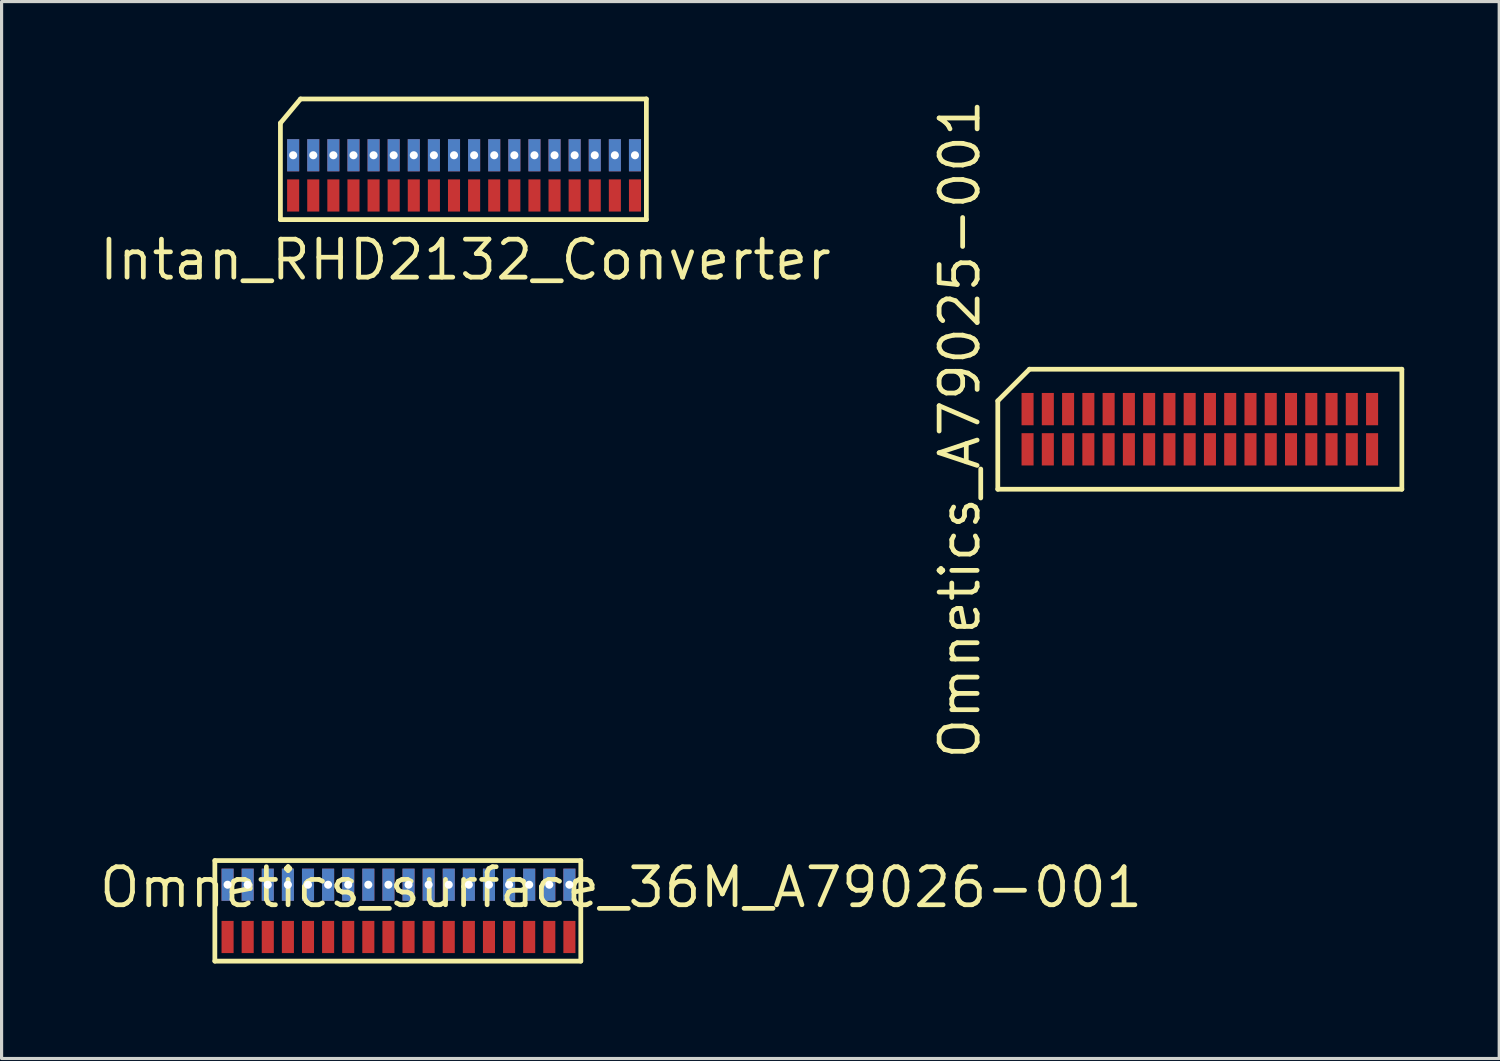
<source format=kicad_pcb>
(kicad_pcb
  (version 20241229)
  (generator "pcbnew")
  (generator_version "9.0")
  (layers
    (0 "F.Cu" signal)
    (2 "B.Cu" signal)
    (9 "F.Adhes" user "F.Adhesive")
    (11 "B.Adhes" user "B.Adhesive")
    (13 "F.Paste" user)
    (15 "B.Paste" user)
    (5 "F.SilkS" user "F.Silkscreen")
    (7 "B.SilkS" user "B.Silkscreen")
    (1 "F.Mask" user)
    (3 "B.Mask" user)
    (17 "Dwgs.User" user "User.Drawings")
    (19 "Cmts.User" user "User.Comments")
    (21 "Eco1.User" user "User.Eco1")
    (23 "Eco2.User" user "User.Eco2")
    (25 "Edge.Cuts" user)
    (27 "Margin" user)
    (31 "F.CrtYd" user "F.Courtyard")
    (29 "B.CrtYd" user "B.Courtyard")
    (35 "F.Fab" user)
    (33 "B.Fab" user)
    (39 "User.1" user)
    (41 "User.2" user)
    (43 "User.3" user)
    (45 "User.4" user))
  (footprint "Omnetics_A79025-001"
    (layer "F.Cu")
    (at 34.841 10.505)
    (property "Reference" "Omnetics_A79025-001" (at -7.58 0 90) (layer "F.SilkS") (effects (font (size 1.2 1.2) (thickness 0.15))))
    (attr through_hole)
    (fp_line (start -6.38 -0.895) (end -6.38 1.895) (stroke (width 0.15) (type solid)) (layer "F.SilkS"))
    (fp_line (start -6.38 1.895) (end 6.38 1.895) (stroke (width 0.15) (type solid)) (layer "F.SilkS"))
    (fp_line (start -5.38 -1.895) (end -6.38 -0.895) (stroke (width 0.15) (type solid)) (layer "F.SilkS"))
    (fp_line (start 6.38 -1.895) (end -5.38 -1.895) (stroke (width 0.15) (type solid)) (layer "F.SilkS"))
    (fp_line (start 6.38 1.895) (end 6.38 -1.895) (stroke (width 0.15) (type solid)) (layer "F.SilkS"))
    (pad "1" smd rect (at -5.44 0.635) (size 0.38 1.02) (layers "F.Cu" "F.Mask" "F.Paste"))
    (pad "2" smd rect (at -5.44 -0.635) (size 0.38 1.02) (layers "F.Cu" "F.Mask" "F.Paste"))
    (pad "3" smd rect (at -4.8 0.635) (size 0.38 1.02) (layers "F.Cu" "F.Mask" "F.Paste"))
    (pad "4" smd rect (at -4.8 -0.635) (size 0.38 1.02) (layers "F.Cu" "F.Mask" "F.Paste"))
    (pad "5" smd rect (at -4.16 0.635) (size 0.38 1.02) (layers "F.Cu" "F.Mask" "F.Paste"))
    (pad "6" smd rect (at -4.16 -0.635) (size 0.38 1.02) (layers "F.Cu" "F.Mask" "F.Paste"))
    (pad "7" smd rect (at -3.52 0.635) (size 0.38 1.02) (layers "F.Cu" "F.Mask" "F.Paste"))
    (pad "8" smd rect (at -3.52 -0.635) (size 0.38 1.02) (layers "F.Cu" "F.Mask" "F.Paste"))
    (pad "9" smd rect (at -2.88 0.635) (size 0.38 1.02) (layers "F.Cu" "F.Mask" "F.Paste"))
    (pad "10" smd rect (at -2.88 -0.635) (size 0.38 1.02) (layers "F.Cu" "F.Mask" "F.Paste"))
    (pad "11" smd rect (at -2.24 0.635) (size 0.38 1.02) (layers "F.Cu" "F.Mask" "F.Paste"))
    (pad "12" smd rect (at -2.24 -0.635) (size 0.38 1.02) (layers "F.Cu" "F.Mask" "F.Paste"))
    (pad "13" smd rect (at -1.6 0.635) (size 0.38 1.02) (layers "F.Cu" "F.Mask" "F.Paste"))
    (pad "14" smd rect (at -1.6 -0.635) (size 0.38 1.02) (layers "F.Cu" "F.Mask" "F.Paste"))
    (pad "15" smd rect (at -0.96 0.635) (size 0.38 1.02) (layers "F.Cu" "F.Mask" "F.Paste"))
    (pad "16" smd rect (at -0.96 -0.635) (size 0.38 1.02) (layers "F.Cu" "F.Mask" "F.Paste"))
    (pad "17" smd rect (at -0.32 0.635) (size 0.38 1.02) (layers "F.Cu" "F.Mask" "F.Paste"))
    (pad "18" smd rect (at -0.32 -0.635) (size 0.38 1.02) (layers "F.Cu" "F.Mask" "F.Paste"))
    (pad "19" smd rect (at 0.32 0.635) (size 0.38 1.02) (layers "F.Cu" "F.Mask" "F.Paste"))
    (pad "20" smd rect (at 0.32 -0.635) (size 0.38 1.02) (layers "F.Cu" "F.Mask" "F.Paste"))
    (pad "21" smd rect (at 0.96 0.635) (size 0.38 1.02) (layers "F.Cu" "F.Mask" "F.Paste"))
    (pad "22" smd rect (at 0.96 -0.635) (size 0.38 1.02) (layers "F.Cu" "F.Mask" "F.Paste"))
    (pad "23" smd rect (at 1.6 0.635) (size 0.38 1.02) (layers "F.Cu" "F.Mask" "F.Paste"))
    (pad "24" smd rect (at 1.6 -0.635) (size 0.38 1.02) (layers "F.Cu" "F.Mask" "F.Paste"))
    (pad "25" smd rect (at 2.24 0.635) (size 0.38 1.02) (layers "F.Cu" "F.Mask" "F.Paste"))
    (pad "26" smd rect (at 2.24 -0.635) (size 0.38 1.02) (layers "F.Cu" "F.Mask" "F.Paste"))
    (pad "27" smd rect (at 2.88 0.635) (size 0.38 1.02) (layers "F.Cu" "F.Mask" "F.Paste"))
    (pad "28" smd rect (at 2.88 -0.635) (size 0.38 1.02) (layers "F.Cu" "F.Mask" "F.Paste"))
    (pad "29" smd rect (at 3.52 0.635) (size 0.38 1.02) (layers "F.Cu" "F.Mask" "F.Paste"))
    (pad "30" smd rect (at 3.52 -0.635) (size 0.38 1.02) (layers "F.Cu" "F.Mask" "F.Paste"))
    (pad "31" smd rect (at 4.16 0.635) (size 0.38 1.02) (layers "F.Cu" "F.Mask" "F.Paste"))
    (pad "32" smd rect (at 4.16 -0.635) (size 0.38 1.02) (layers "F.Cu" "F.Mask" "F.Paste"))
    (pad "33" smd rect (at 4.8 0.635) (size 0.38 1.02) (layers "F.Cu" "F.Mask" "F.Paste"))
    (pad "34" smd rect (at 4.8 -0.635) (size 0.38 1.02) (layers "F.Cu" "F.Mask" "F.Paste"))
    (pad "35" smd rect (at 5.44 0.635) (size 0.38 1.02) (layers "F.Cu" "F.Mask" "F.Paste"))
    (pad "36" smd rect (at 5.44 -0.635) (size 0.38 1.02) (layers "F.Cu" "F.Mask" "F.Paste")))
  (footprint "Intan_RHD2132_Converter"
    (layer "F.Cu")
    (at 11.648 2.488)
    (property "Reference" "Intan_RHD2132_Converter" (at 0 2.667 180) (layer "F.SilkS") (effects (font (size 1.2 1.2) (thickness 0.15))))
    (attr through_hole)
    (fp_line (start -5.842 -1.651) (end -5.842 1.397) (stroke (width 0.15) (type solid)) (layer "F.SilkS"))
    (fp_line (start -5.842 -1.651) (end -5.207 -2.413) (stroke (width 0.15) (type solid)) (layer "F.SilkS"))
    (fp_line (start -5.207 -2.413) (end 5.715 -2.413) (stroke (width 0.15) (type solid)) (layer "F.SilkS"))
    (fp_line (start 5.715 1.397) (end -5.842 1.397) (stroke (width 0.15) (type solid)) (layer "F.SilkS"))
    (fp_line (start 5.715 1.397) (end 5.715 -2.413) (stroke (width 0.15) (type solid)) (layer "F.SilkS"))
    (pad "0" thru_hole rect (at -0.36 -0.635) (size 0.381 1.016) (drill 0.254) (layers "*.Cu" "*.Mask"))
    (pad "1" thru_hole rect (at -0.995 -0.635) (size 0.381 1.016) (drill 0.254) (layers "*.Cu" "*.Mask"))
    (pad "2" thru_hole rect (at -1.63 -0.635) (size 0.381 1.016) (drill 0.254) (layers "*.Cu" "*.Mask"))
    (pad "3" thru_hole rect (at -2.265 -0.635) (size 0.381 1.016) (drill 0.254) (layers "*.Cu" "*.Mask"))
    (pad "4" thru_hole rect (at -2.9 -0.635) (size 0.381 1.016) (drill 0.254) (layers "*.Cu" "*.Mask"))
    (pad "5" thru_hole rect (at -3.535 -0.635) (size 0.381 1.016) (drill 0.254) (layers "*.Cu" "*.Mask"))
    (pad "6" thru_hole rect (at -4.17 -0.635) (size 0.381 1.016) (drill 0.254) (layers "*.Cu" "*.Mask"))
    (pad "7" thru_hole rect (at -4.805 -0.635) (size 0.381 1.016) (drill 0.254) (layers "*.Cu" "*.Mask"))
    (pad "8" smd rect (at -4.805 0.635) (size 0.381 1.016) (layers "F.Cu" "F.Mask" "F.Paste"))
    (pad "9" smd rect (at -4.17 0.635) (size 0.381 1.016) (layers "F.Cu" "F.Mask" "F.Paste"))
    (pad "10" smd rect (at -3.535 0.635) (size 0.381 1.016) (layers "F.Cu" "F.Mask" "F.Paste"))
    (pad "11" smd rect (at -2.9 0.635) (size 0.381 1.016) (layers "F.Cu" "F.Mask" "F.Paste"))
    (pad "12" smd rect (at -2.265 0.635) (size 0.381 1.016) (layers "F.Cu" "F.Mask" "F.Paste"))
    (pad "13" smd rect (at -1.63 0.635) (size 0.381 1.016) (layers "F.Cu" "F.Mask" "F.Paste"))
    (pad "14" smd rect (at -0.995 0.635) (size 0.381 1.016) (layers "F.Cu" "F.Mask" "F.Paste"))
    (pad "15" smd rect (at -0.36 0.635) (size 0.381 1.016) (layers "F.Cu" "F.Mask" "F.Paste"))
    (pad "16" smd rect (at 0.275 0.635) (size 0.381 1.016) (layers "F.Cu" "F.Mask" "F.Paste"))
    (pad "17" smd rect (at 0.91 0.635) (size 0.381 1.016) (layers "F.Cu" "F.Mask" "F.Paste"))
    (pad "18" smd rect (at 1.545 0.635) (size 0.381 1.016) (layers "F.Cu" "F.Mask" "F.Paste"))
    (pad "19" smd rect (at 2.18 0.635) (size 0.381 1.016) (layers "F.Cu" "F.Mask" "F.Paste"))
    (pad "20" smd rect (at 2.815 0.635) (size 0.381 1.016) (layers "F.Cu" "F.Mask" "F.Paste"))
    (pad "21" smd rect (at 3.45 0.635) (size 0.381 1.016) (layers "F.Cu" "F.Mask" "F.Paste"))
    (pad "22" smd rect (at 4.085 0.635) (size 0.381 1.016) (layers "F.Cu" "F.Mask" "F.Paste"))
    (pad "23" smd rect (at 4.72 0.635) (size 0.381 1.016) (layers "F.Cu" "F.Mask" "F.Paste"))
    (pad "24" thru_hole rect (at 4.72 -0.635) (size 0.381 1.016) (drill 0.254) (layers "*.Cu" "*.Mask"))
    (pad "25" thru_hole rect (at 4.085 -0.635) (size 0.381 1.016) (drill 0.254) (layers "*.Cu" "*.Mask"))
    (pad "26" thru_hole rect (at 3.45 -0.635) (size 0.381 1.016) (drill 0.254) (layers "*.Cu" "*.Mask"))
    (pad "27" thru_hole rect (at 2.815 -0.635) (size 0.381 1.016) (drill 0.254) (layers "*.Cu" "*.Mask"))
    (pad "28" thru_hole rect (at 2.18 -0.635) (size 0.381 1.016) (drill 0.254) (layers "*.Cu" "*.Mask"))
    (pad "29" thru_hole rect (at 1.545 -0.635) (size 0.381 1.016) (drill 0.254) (layers "*.Cu" "*.Mask"))
    (pad "31" thru_hole rect (at 0.275 -0.635) (size 0.381 1.016) (drill 0.254) (layers "*.Cu" "*.Mask"))
    (pad "31" thru_hole rect (at 0.91 -0.635) (size 0.381 1.016) (drill 0.254) (layers "*.Cu" "*.Mask"))
    (pad "G0" thru_hole rect (at -5.44 -0.635) (size 0.381 1.016) (drill 0.254) (layers "*.Cu" "*.Mask"))
    (pad "G1" smd rect (at -5.44 0.635) (size 0.381 1.016) (layers "F.Cu" "F.Mask" "F.Paste"))
    (pad "R2" smd rect (at 5.355 0.635) (size 0.381 1.016) (layers "F.Cu" "F.Mask" "F.Paste"))
    (pad "R3" thru_hole rect (at 5.355 -0.635) (size 0.381 1.016) (drill 0.254) (layers "*.Cu" "*.Mask")))
  (footprint "Omnetics_surface_36M_A79026-001"
    (layer "F.Cu")
    (at 9.577 25.906)
    (property "Reference" "Omnetics_surface_36M_A79026-001" (at 6.985 -0.931 180) (layer "F.SilkS") (effects (font (size 1.2 1.2) (thickness 0.15))))
    (attr through_hole)
    (fp_line (start -5.842 -1.778) (end -5.842 1.397) (stroke (width 0.15) (type solid)) (layer "F.SilkS"))
    (fp_line (start 5.715 -1.778) (end -5.842 -1.778) (stroke (width 0.15) (type solid)) (layer "F.SilkS"))
    (fp_line (start 5.715 -1.778) (end 5.715 1.397) (stroke (width 0.15) (type solid)) (layer "F.SilkS"))
    (fp_line (start 5.715 1.397) (end -5.842 1.397) (stroke (width 0.15) (type solid)) (layer "F.SilkS"))
    (pad "1" smd rect (at 5.355 0.635) (size 0.381 1.016) (layers "F.Cu" "F.Mask" "F.Paste"))
    (pad "2" thru_hole rect (at 5.355 -1.016) (size 0.381 1.016) (drill 0.254) (layers "*.Cu" "*.Mask" "F.Paste"))
    (pad "3" smd rect (at 4.72 0.635) (size 0.381 1.016) (layers "F.Cu" "F.Mask" "F.Paste"))
    (pad "4" thru_hole rect (at 4.72 -1.016) (size 0.381 1.016) (drill 0.254) (layers "*.Cu" "*.Mask" "F.Paste"))
    (pad "5" smd rect (at 4.085 0.635) (size 0.381 1.016) (layers "F.Cu" "F.Mask" "F.Paste"))
    (pad "6" thru_hole rect (at 4.085 -1.016) (size 0.381 1.016) (drill 0.254) (layers "*.Cu" "*.Mask" "F.Paste"))
    (pad "7" smd rect (at 3.45 0.635) (size 0.381 1.016) (layers "F.Cu" "F.Mask" "F.Paste"))
    (pad "8" thru_hole rect (at 3.45 -1.016) (size 0.381 1.016) (drill 0.254) (layers "*.Cu" "*.Mask" "F.Paste"))
    (pad "9" smd rect (at 2.815 0.635) (size 0.381 1.016) (layers "F.Cu" "F.Mask" "F.Paste"))
    (pad "10" thru_hole rect (at 2.815 -1.016) (size 0.381 1.016) (drill 0.254) (layers "*.Cu" "*.Mask" "F.Paste"))
    (pad "11" smd rect (at 2.18 0.635) (size 0.381 1.016) (layers "F.Cu" "F.Mask" "F.Paste"))
    (pad "12" thru_hole rect (at 2.18 -1.016) (size 0.381 1.016) (drill 0.254) (layers "*.Cu" "*.Mask" "F.Paste"))
    (pad "13" smd rect (at 1.545 0.635) (size 0.381 1.016) (layers "F.Cu" "F.Mask" "F.Paste"))
    (pad "14" thru_hole rect (at 1.545 -1.016) (size 0.381 1.016) (drill 0.254) (layers "*.Cu" "*.Mask" "F.Paste"))
    (pad "15" smd rect (at 0.91 0.635) (size 0.381 1.016) (layers "F.Cu" "F.Mask" "F.Paste"))
    (pad "16" thru_hole rect (at 0.91 -1.016) (size 0.381 1.016) (drill 0.254) (layers "*.Cu" "*.Mask" "F.Paste"))
    (pad "17" smd rect (at 0.275 0.635) (size 0.381 1.016) (layers "F.Cu" "F.Mask" "F.Paste"))
    (pad "18" thru_hole rect (at 0.275 -1.016) (size 0.381 1.016) (drill 0.254) (layers "*.Cu" "*.Mask" "F.Paste"))
    (pad "19" smd rect (at -0.36 0.635) (size 0.381 1.016) (layers "F.Cu" "F.Mask" "F.Paste"))
    (pad "20" thru_hole rect (at -0.36 -1.016) (size 0.381 1.016) (drill 0.254) (layers "*.Cu" "*.Mask" "F.Paste"))
    (pad "21" smd rect (at -0.995 0.635) (size 0.381 1.016) (layers "F.Cu" "F.Mask" "F.Paste"))
    (pad "22" thru_hole rect (at -0.995 -1.016) (size 0.381 1.016) (drill 0.254) (layers "*.Cu" "*.Mask" "F.Paste"))
    (pad "23" smd rect (at -1.63 0.635) (size 0.381 1.016) (layers "F.Cu" "F.Mask" "F.Paste"))
    (pad "24" thru_hole rect (at -1.63 -1.016) (size 0.381 1.016) (drill 0.254) (layers "*.Cu" "*.Mask" "F.Paste"))
    (pad "25" smd rect (at -2.265 0.635) (size 0.381 1.016) (layers "F.Cu" "F.Mask" "F.Paste"))
    (pad "26" thru_hole rect (at -2.265 -1.016) (size 0.381 1.016) (drill 0.254) (layers "*.Cu" "*.Mask" "F.Paste"))
    (pad "27" smd rect (at -2.9 0.635) (size 0.381 1.016) (layers "F.Cu" "F.Mask" "F.Paste"))
    (pad "28" thru_hole rect (at -2.9 -1.016) (size 0.381 1.016) (drill 0.254) (layers "*.Cu" "*.Mask" "F.Paste"))
    (pad "29" smd rect (at -3.535 0.635) (size 0.381 1.016) (layers "F.Cu" "F.Mask" "F.Paste"))
    (pad "30" thru_hole rect (at -3.535 -1.016) (size 0.381 1.016) (drill 0.254) (layers "*.Cu" "*.Mask" "F.Paste"))
    (pad "31" smd rect (at -4.17 0.635) (size 0.381 1.016) (layers "F.Cu" "F.Mask" "F.Paste"))
    (pad "32" thru_hole rect (at -4.17 -1.016) (size 0.381 1.016) (drill 0.254) (layers "*.Cu" "*.Mask" "F.Paste"))
    (pad "33" smd rect (at -4.805 0.635) (size 0.381 1.016) (layers "F.Cu" "F.Mask" "F.Paste"))
    (pad "34" thru_hole rect (at -4.805 -1.016) (size 0.381 1.016) (drill 0.254) (layers "*.Cu" "*.Mask" "F.Paste"))
    (pad "35" smd rect (at -5.44 0.635) (size 0.381 1.016) (layers "F.Cu" "F.Mask" "F.Paste"))
    (pad "36" thru_hole rect (at -5.44 -1.016) (size 0.381 1.016) (drill 0.254) (layers "*.Cu" "*.Mask" "F.Paste")))
  (gr_rect
    (start -3 -3)
    (end 44.296 30.378)
    (stroke (width 0.1) (type default))
    (fill no)
    (layer "Edge.Cuts")))
</source>
